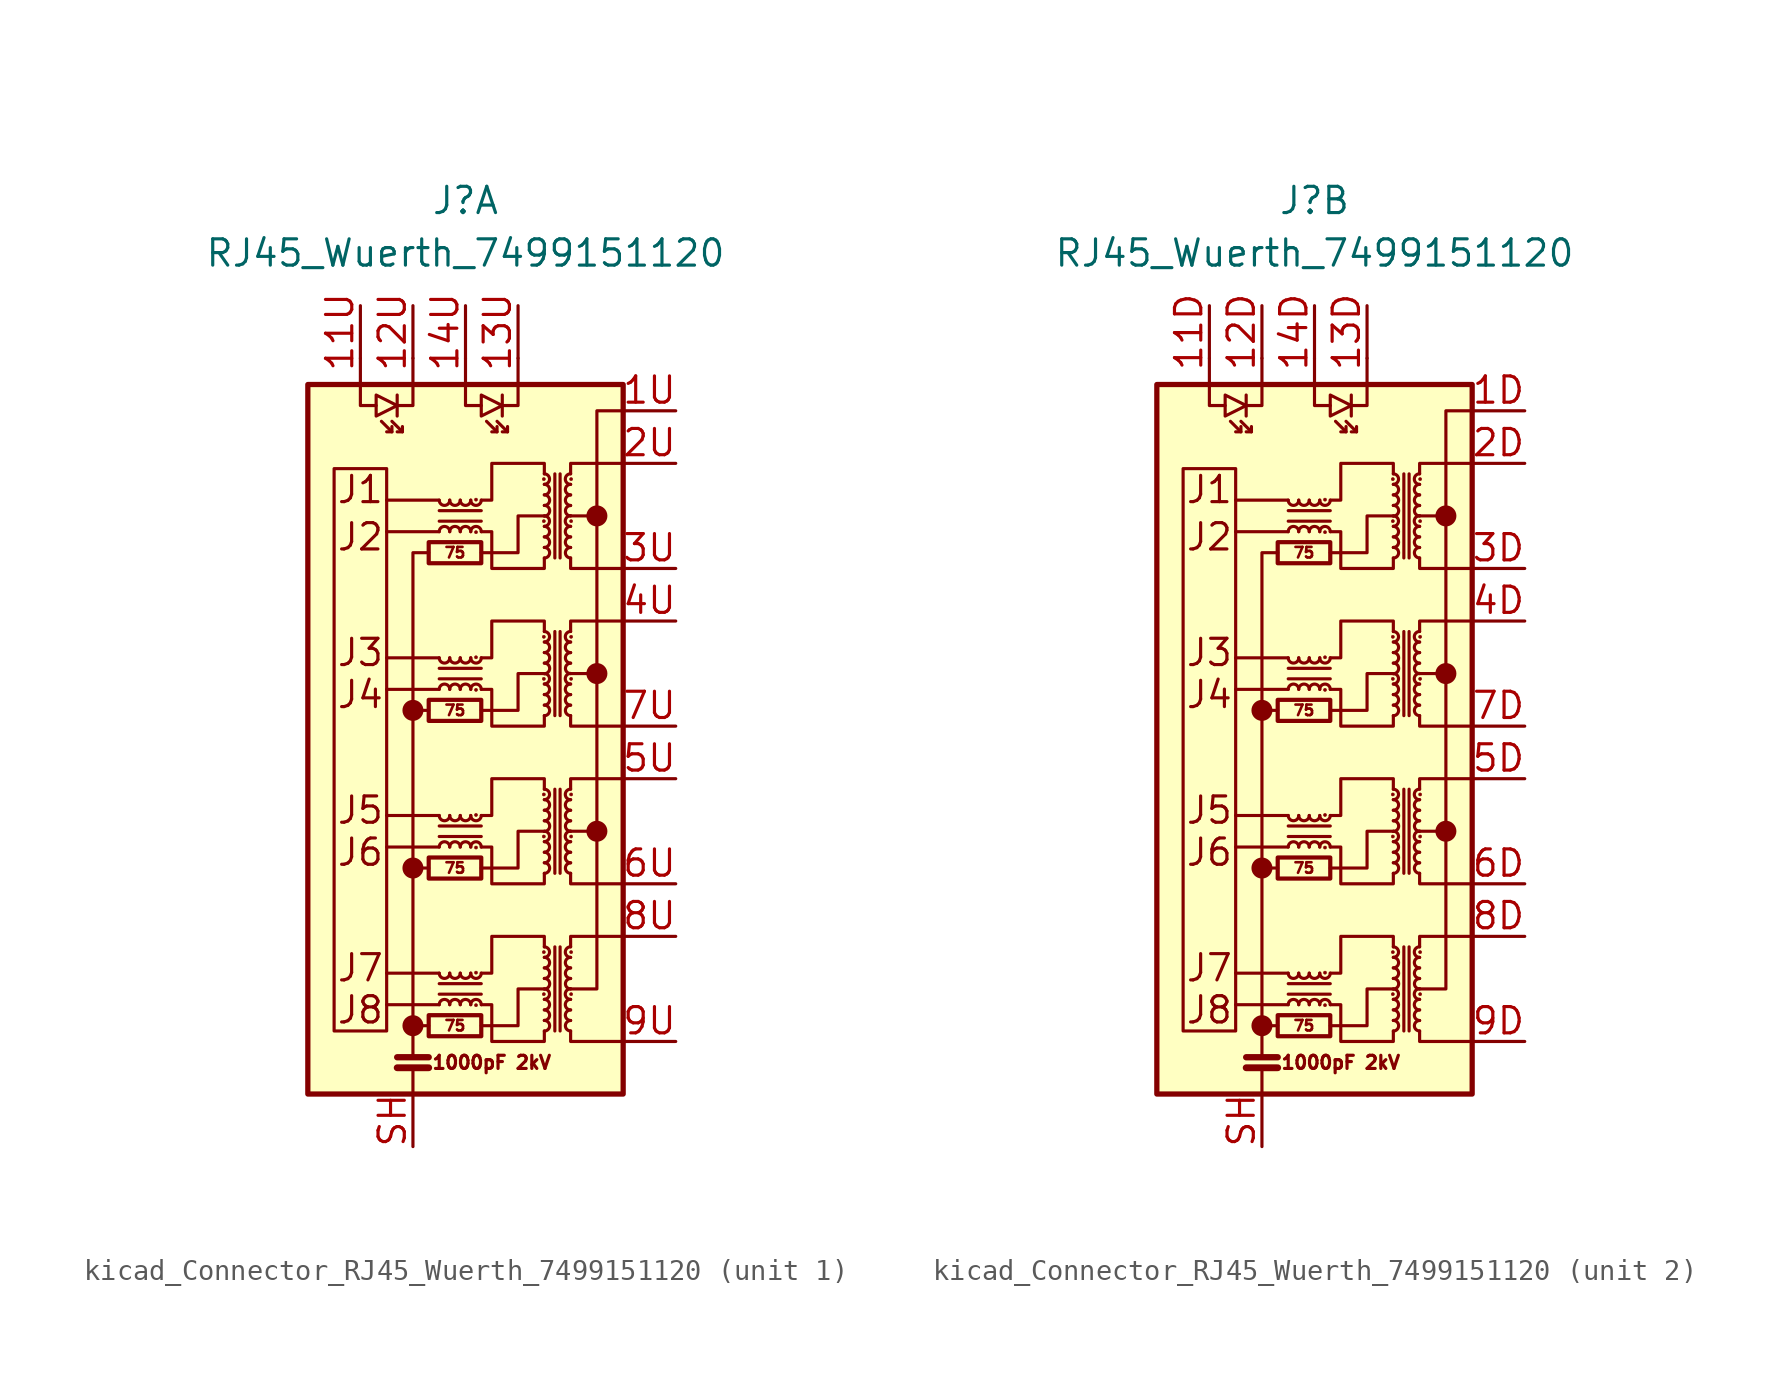
<source format=kicad_sym>
(kicad_symbol_lib
  (version 20220914)
  (generator kicad_symbol_editor)
  (symbol "kicad_Connector_RJ45_Wuerth_7499151120"
    (pin_names
      (offset 0.025) hide)
    (property "Reference" "J"
      (at 0 25.4 0)
      (effects (font (size 1.27 1.27))))
    (property "Value" "RJ45_Wuerth_7499151120"
      (at 0 22.86 0)
      (effects (font (size 1.27 1.27))))
    (property "ki_locked" ""
      (at 0 0 0)
      (effects (font (size 1.27 1.27))))
    (symbol "kicad_Connector_RJ45_Wuerth_7499151120_0_0"
      (circle (center -2.54 -14.478) (radius 0.0001) (stroke (width 0.508) (type default)) (fill (type none)))
      (circle (center -2.54 -6.858) (radius 0.0001) (stroke (width 0.508) (type default)) (fill (type none)))
      (circle (center -2.54 0.762) (radius 0.0001) (stroke (width 0.508) (type default)) (fill (type none)))
      (polyline (pts (xy -1.778 -14.478) (xy -2.54 -14.478)) (stroke (width 0) (type default)) (fill (type none)))
      (polyline (pts (xy -1.27 -13.462) (xy -3.81 -13.462)) (stroke (width 0) (type default)) (fill (type none)))
      (polyline (pts (xy -1.27 -11.938) (xy -3.81 -11.938)) (stroke (width 0) (type default)) (fill (type none)))
      (polyline (pts (xy -1.27 -5.842) (xy -3.81 -5.842)) (stroke (width 0) (type default)) (fill (type none)))
      (polyline (pts (xy -1.27 -4.318) (xy -3.81 -4.318)) (stroke (width 0) (type default)) (fill (type none)))
      (polyline (pts (xy -1.27 1.778) (xy -3.81 1.778)) (stroke (width 0) (type default)) (fill (type none)))
      (polyline (pts (xy -1.27 3.302) (xy -3.81 3.302)) (stroke (width 0) (type default)) (fill (type none)))
      (polyline (pts (xy -1.27 9.398) (xy -3.81 9.398)) (stroke (width 0) (type default)) (fill (type none)))
      (polyline (pts (xy -1.27 10.922) (xy -3.81 10.922)) (stroke (width 0) (type default)) (fill (type none)))
      (polyline (pts (xy 5.08 2.54) (xy 6.35 2.54)) (stroke (width 0) (type default)) (fill (type none)))
      (polyline (pts (xy 6.35 -5.08) (xy 5.08 -5.08)) (stroke (width 0) (type default)) (fill (type none)))
      (polyline (pts (xy 6.35 10.16) (xy 5.08 10.16)) (stroke (width 0) (type default)) (fill (type none)))
      (polyline (pts (xy 0.762 -14.478) (xy 2.54 -14.478) (xy 2.54 -12.7) (xy 3.81 -12.7)) (stroke (width 0) (type default)) (fill (type none)))
      (polyline (pts (xy 0.762 -6.858) (xy 2.54 -6.858) (xy 2.54 -5.08) (xy 3.81 -5.08)) (stroke (width 0) (type default)) (fill (type none)))
      (polyline (pts (xy 0.762 0.762) (xy 2.54 0.762) (xy 2.54 2.54) (xy 3.81 2.54)) (stroke (width 0) (type default)) (fill (type none)))
      (polyline (pts (xy 0.762 8.382) (xy 2.54 8.382) (xy 2.54 10.16) (xy 3.81 10.16)) (stroke (width 0) (type default)) (fill (type none)))
      (circle (center 6.35 -5.08) (radius 0.0001) (stroke (width 0.508) (type default)) (fill (type none)))
      (circle (center 6.35 2.54) (radius 0.0001) (stroke (width 0.508) (type default)) (fill (type none)))
      (circle (center 6.35 10.16) (radius 0.0001) (stroke (width 0.508) (type default)) (fill (type none)))
      (text "1000pF 2kV" (at 1.27 -16.256 0) (effects (font (size 0.635 0.635))))
      (text "75" (at -0.508 -14.478 0) (effects (font (size 0.508 0.508))))
      (text "75" (at -0.508 -6.858 0) (effects (font (size 0.508 0.508))))
      (text "75" (at -0.508 0.762 0) (effects (font (size 0.508 0.508))))
      (text "75" (at -0.508 8.382 0) (effects (font (size 0.508 0.508))))
      (text "J1" (at -5.08 11.43 0) (effects (font (size 1.27 1.27))))
      (text "J2" (at -5.08 9.144 0) (effects (font (size 1.27 1.27))))
      (text "J3" (at -5.08 3.556 0) (effects (font (size 1.27 1.27))))
      (text "J4" (at -5.08 1.524 0) (effects (font (size 1.27 1.27))))
      (text "J5" (at -5.08 -4.064 0) (effects (font (size 1.27 1.27))))
      (text "J6" (at -5.08 -6.096 0) (effects (font (size 1.27 1.27))))
      (text "J7" (at -5.08 -11.684 0) (effects (font (size 1.27 1.27))))
      (text "J8" (at -5.08 -13.716 0) (effects (font (size 1.27 1.27)))))
    (symbol "kicad_Connector_RJ45_Wuerth_7499151120_0_1"
      (rectangle (start -7.62 16.51) (end 7.62 -17.78) (stroke (width 0.254) (type default)) (fill (type background)))
      (rectangle (start -3.81 -14.732) (end -6.35 12.446) (stroke (width 0) (type default)) (fill (type none)))
      (rectangle (start -1.778 -14.986) (end 0.762 -13.97) (stroke (width 0.203) (type default)) (fill (type none)))
      (rectangle (start -1.778 -7.366) (end 0.762 -6.35) (stroke (width 0.203) (type default)) (fill (type none)))
      (rectangle (start -1.778 0.254) (end 0.762 1.27) (stroke (width 0.203) (type default)) (fill (type none)))
      (rectangle (start -1.778 7.874) (end 0.762 8.89) (stroke (width 0.203) (type default)) (fill (type none)))
      (arc (start -1.27 -11.938) (mid -1.016 -12.1909) (end -0.762 -11.938) (stroke (width 0) (type default)) (fill (type none)))
      (arc (start -1.27 -4.318) (mid -1.016 -4.5709) (end -0.762 -4.318) (stroke (width 0) (type default)) (fill (type none)))
      (arc (start -1.27 3.302) (mid -1.016 3.0491) (end -0.762 3.302) (stroke (width 0) (type default)) (fill (type none)))
      (arc (start -1.27 10.922) (mid -1.016 10.6691) (end -0.762 10.922) (stroke (width 0) (type default)) (fill (type none)))
      (arc (start -0.762 -13.462) (mid -1.016 -13.2091) (end -1.27 -13.462) (stroke (width 0) (type default)) (fill (type none)))
      (arc (start -0.762 -11.938) (mid -0.508 -12.1909) (end -0.254 -11.938) (stroke (width 0) (type default)) (fill (type none)))
      (arc (start -0.762 -5.842) (mid -1.016 -5.5891) (end -1.27 -5.842) (stroke (width 0) (type default)) (fill (type none)))
      (arc (start -0.762 -4.318) (mid -0.508 -4.5709) (end -0.254 -4.318) (stroke (width 0) (type default)) (fill (type none)))
      (arc (start -0.762 1.778) (mid -1.016 2.0309) (end -1.27 1.778) (stroke (width 0) (type default)) (fill (type none)))
      (arc (start -0.762 3.302) (mid -0.508 3.0491) (end -0.254 3.302) (stroke (width 0) (type default)) (fill (type none)))
      (arc (start -0.762 9.398) (mid -1.016 9.6509) (end -1.27 9.398) (stroke (width 0) (type default)) (fill (type none)))
      (arc (start -0.762 10.922) (mid -0.508 10.6691) (end -0.254 10.922) (stroke (width 0) (type default)) (fill (type none)))
      (arc (start -0.254 -13.462) (mid -0.508 -13.2091) (end -0.762 -13.462) (stroke (width 0) (type default)) (fill (type none)))
      (arc (start -0.254 -11.938) (mid 0 -12.1909) (end 0.254 -11.938) (stroke (width 0) (type default)) (fill (type none)))
      (arc (start -0.254 -5.842) (mid -0.508 -5.5891) (end -0.762 -5.842) (stroke (width 0) (type default)) (fill (type none)))
      (arc (start -0.254 -4.318) (mid 0 -4.5709) (end 0.254 -4.318) (stroke (width 0) (type default)) (fill (type none)))
      (arc (start -0.254 1.778) (mid -0.508 2.0309) (end -0.762 1.778) (stroke (width 0) (type default)) (fill (type none)))
      (arc (start -0.254 3.302) (mid 0 3.0491) (end 0.254 3.302) (stroke (width 0) (type default)) (fill (type none)))
      (arc (start -0.254 9.398) (mid -0.508 9.6509) (end -0.762 9.398) (stroke (width 0) (type default)) (fill (type none)))
      (arc (start -0.254 10.922) (mid 0 10.6691) (end 0.254 10.922) (stroke (width 0) (type default)) (fill (type none)))
      (polyline (pts (xy -3.556 14.224) (xy -4.064 14.732)) (stroke (width 0) (type default)) (fill (type none)))
      (polyline (pts (xy -3.302 -16.51) (xy -1.778 -16.51)) (stroke (width 0.33) (type default)) (fill (type none)))
      (polyline (pts (xy -3.302 -16.002) (xy -1.778 -16.002)) (stroke (width 0.305) (type default)) (fill (type none)))
      (polyline (pts (xy -3.302 16.002) (xy -3.302 14.986)) (stroke (width 0) (type default)) (fill (type none)))
      (polyline (pts (xy -3.048 14.224) (xy -3.556 14.732)) (stroke (width 0) (type default)) (fill (type none)))
      (polyline (pts (xy -2.54 -17.78) (xy -2.54 -16.51)) (stroke (width 0) (type default)) (fill (type none)))
      (polyline (pts (xy -2.54 0.762) (xy -1.778 0.762)) (stroke (width 0) (type default)) (fill (type none)))
      (polyline (pts (xy -1.778 -6.858) (xy -2.54 -6.858)) (stroke (width 0) (type default)) (fill (type none)))
      (polyline (pts (xy -1.27 -12.954) (xy 0.762 -12.954)) (stroke (width 0) (type default)) (fill (type none)))
      (polyline (pts (xy -1.27 -5.334) (xy 0.762 -5.334)) (stroke (width 0) (type default)) (fill (type none)))
      (polyline (pts (xy -1.27 2.286) (xy 0.762 2.286)) (stroke (width 0) (type default)) (fill (type none)))
      (polyline (pts (xy -1.27 9.906) (xy 0.762 9.906)) (stroke (width 0) (type default)) (fill (type none)))
      (polyline (pts (xy 0.762 -12.446) (xy -1.27 -12.446)) (stroke (width 0) (type default)) (fill (type none)))
      (polyline (pts (xy 0.762 -4.826) (xy -1.27 -4.826)) (stroke (width 0) (type default)) (fill (type none)))
      (polyline (pts (xy 0.762 2.794) (xy -1.27 2.794)) (stroke (width 0) (type default)) (fill (type none)))
      (polyline (pts (xy 0.762 10.414) (xy -1.27 10.414)) (stroke (width 0) (type default)) (fill (type none)))
      (polyline (pts (xy 1.524 14.224) (xy 1.016 14.732)) (stroke (width 0) (type default)) (fill (type none)))
      (polyline (pts (xy 1.778 16.002) (xy 1.778 14.986)) (stroke (width 0) (type default)) (fill (type none)))
      (polyline (pts (xy 2.032 14.224) (xy 1.524 14.732)) (stroke (width 0) (type default)) (fill (type none)))
      (polyline (pts (xy 4.318 -10.668) (xy 4.318 -14.732)) (stroke (width 0) (type default)) (fill (type none)))
      (polyline (pts (xy 4.318 -3.048) (xy 4.318 -7.112)) (stroke (width 0) (type default)) (fill (type none)))
      (polyline (pts (xy 4.318 4.572) (xy 4.318 0.508)) (stroke (width 0) (type default)) (fill (type none)))
      (polyline (pts (xy 4.318 12.192) (xy 4.318 8.128)) (stroke (width 0) (type default)) (fill (type none)))
      (polyline (pts (xy 4.572 -14.732) (xy 4.572 -10.668)) (stroke (width 0) (type default)) (fill (type none)))
      (polyline (pts (xy 4.572 -7.112) (xy 4.572 -3.048)) (stroke (width 0) (type default)) (fill (type none)))
      (polyline (pts (xy 4.572 0.508) (xy 4.572 4.572)) (stroke (width 0) (type default)) (fill (type none)))
      (polyline (pts (xy 4.572 8.128) (xy 4.572 12.192)) (stroke (width 0) (type default)) (fill (type none)))
      (polyline (pts (xy -5.08 17.78) (xy -5.08 15.494) (xy -4.318 15.494)) (stroke (width 0) (type default)) (fill (type none)))
      (polyline (pts (xy -3.556 14.478) (xy -3.556 14.224) (xy -3.81 14.224)) (stroke (width 0) (type default)) (fill (type none)))
      (polyline (pts (xy -3.048 14.478) (xy -3.048 14.224) (xy -3.302 14.224)) (stroke (width 0) (type default)) (fill (type none)))
      (polyline (pts (xy -2.54 -16.002) (xy -2.54 8.382) (xy -1.778 8.382)) (stroke (width 0) (type default)) (fill (type none)))
      (polyline (pts (xy -2.54 17.78) (xy -2.54 15.494) (xy -3.302 15.494)) (stroke (width 0) (type default)) (fill (type none)))
      (polyline (pts (xy 0 17.78) (xy 0 15.494) (xy 0.762 15.494)) (stroke (width 0) (type default)) (fill (type none)))
      (polyline (pts (xy 1.524 14.478) (xy 1.524 14.224) (xy 1.27 14.224)) (stroke (width 0) (type default)) (fill (type none)))
      (polyline (pts (xy 2.032 14.478) (xy 2.032 14.224) (xy 1.778 14.224)) (stroke (width 0) (type default)) (fill (type none)))
      (polyline (pts (xy 2.54 17.78) (xy 2.54 15.494) (xy 1.778 15.494)) (stroke (width 0) (type default)) (fill (type none)))
      (polyline (pts (xy 5.08 -14.732) (xy 5.08 -15.24) (xy 7.62 -15.24)) (stroke (width 0) (type default)) (fill (type none)))
      (polyline (pts (xy 5.08 -10.668) (xy 5.08 -10.16) (xy 7.62 -10.16)) (stroke (width 0) (type default)) (fill (type none)))
      (polyline (pts (xy 5.08 -7.112) (xy 5.08 -7.62) (xy 7.62 -7.62)) (stroke (width 0) (type default)) (fill (type none)))
      (polyline (pts (xy 5.08 -3.048) (xy 5.08 -2.54) (xy 7.62 -2.54)) (stroke (width 0) (type default)) (fill (type none)))
      (polyline (pts (xy 5.08 0.508) (xy 5.08 0) (xy 7.62 0)) (stroke (width 0) (type default)) (fill (type none)))
      (polyline (pts (xy 5.08 4.572) (xy 5.08 5.08) (xy 7.62 5.08)) (stroke (width 0) (type default)) (fill (type none)))
      (polyline (pts (xy 5.08 8.128) (xy 5.08 7.62) (xy 7.62 7.62)) (stroke (width 0) (type default)) (fill (type none)))
      (polyline (pts (xy 5.08 12.192) (xy 5.08 12.7) (xy 7.62 12.7)) (stroke (width 0) (type default)) (fill (type none)))
      (polyline (pts (xy -3.302 15.494) (xy -4.318 16.002) (xy -4.318 14.986) (xy -3.302 15.494)) (stroke (width 0) (type default)) (fill (type none)))
      (polyline (pts (xy 1.778 15.494) (xy 0.762 16.002) (xy 0.762 14.986) (xy 1.778 15.494)) (stroke (width 0) (type default)) (fill (type none)))
      (polyline (pts (xy 7.62 15.24) (xy 6.35 15.24) (xy 6.35 -12.7) (xy 5.08 -12.7)) (stroke (width 0) (type default)) (fill (type none)))
      (polyline (pts (xy 0.762 -11.938) (xy 1.27 -11.938) (xy 1.27 -10.16) (xy 3.81 -10.16) (xy 3.81 -10.668)) (stroke (width 0) (type default)) (fill (type none)))
      (polyline (pts (xy 0.762 -4.318) (xy 1.27 -4.318) (xy 1.27 -2.54) (xy 3.81 -2.54) (xy 3.81 -3.048)) (stroke (width 0) (type default)) (fill (type none)))
      (polyline (pts (xy 0.762 3.302) (xy 1.27 3.302) (xy 1.27 5.08) (xy 3.81 5.08) (xy 3.81 4.572)) (stroke (width 0) (type default)) (fill (type none)))
      (polyline (pts (xy 0.762 10.922) (xy 1.27 10.922) (xy 1.27 12.7) (xy 3.81 12.7) (xy 3.81 12.192)) (stroke (width 0) (type default)) (fill (type none)))
      (polyline (pts (xy 3.81 -14.732) (xy 3.81 -15.24) (xy 1.27 -15.24) (xy 1.27 -13.462) (xy 0.762 -13.462)) (stroke (width 0) (type default)) (fill (type none)))
      (polyline (pts (xy 3.81 -7.112) (xy 3.81 -7.62) (xy 1.27 -7.62) (xy 1.27 -5.842) (xy 0.762 -5.842)) (stroke (width 0) (type default)) (fill (type none)))
      (polyline (pts (xy 3.81 0.508) (xy 3.81 0) (xy 1.27 0) (xy 1.27 1.778) (xy 0.762 1.778)) (stroke (width 0) (type default)) (fill (type none)))
      (polyline (pts (xy 3.81 8.128) (xy 3.81 7.62) (xy 1.27 7.62) (xy 1.27 9.398) (xy 0.762 9.398)) (stroke (width 0) (type default)) (fill (type none)))
      (arc (start 0.254 -13.462) (mid 0 -13.2091) (end -0.254 -13.462) (stroke (width 0) (type default)) (fill (type none)))
      (arc (start 0.254 -11.938) (mid 0.508 -12.1909) (end 0.762 -11.938) (stroke (width 0) (type default)) (fill (type none)))
      (arc (start 0.254 -5.842) (mid 0 -5.5891) (end -0.254 -5.842) (stroke (width 0) (type default)) (fill (type none)))
      (arc (start 0.254 -4.318) (mid 0.508 -4.5709) (end 0.762 -4.318) (stroke (width 0) (type default)) (fill (type none)))
      (arc (start 0.254 1.778) (mid 0 2.0309) (end -0.254 1.778) (stroke (width 0) (type default)) (fill (type none)))
      (arc (start 0.254 3.302) (mid 0.508 3.0491) (end 0.762 3.302) (stroke (width 0) (type default)) (fill (type none)))
      (arc (start 0.254 9.398) (mid 0 9.6509) (end -0.254 9.398) (stroke (width 0) (type default)) (fill (type none)))
      (arc (start 0.254 10.922) (mid 0.508 10.6691) (end 0.762 10.922) (stroke (width 0) (type default)) (fill (type none)))
      (circle (center 0.508 -13.487) (radius 0.076) (stroke (width 0.025) (type default)) (fill (type outline)))
      (circle (center 0.508 -11.913) (radius 0.076) (stroke (width 0.025) (type default)) (fill (type outline)))
      (circle (center 0.508 -5.867) (radius 0.076) (stroke (width 0.025) (type default)) (fill (type outline)))
      (circle (center 0.508 -4.293) (radius 0.076) (stroke (width 0.025) (type default)) (fill (type outline)))
      (circle (center 0.508 1.753) (radius 0.076) (stroke (width 0.025) (type default)) (fill (type outline)))
      (circle (center 0.508 3.327) (radius 0.076) (stroke (width 0.025) (type default)) (fill (type outline)))
      (circle (center 0.508 9.373) (radius 0.076) (stroke (width 0.025) (type default)) (fill (type outline)))
      (circle (center 0.508 10.947) (radius 0.076) (stroke (width 0.025) (type default)) (fill (type outline)))
      (arc (start 0.762 -13.462) (mid 0.508 -13.2091) (end 0.254 -13.462) (stroke (width 0) (type default)) (fill (type none)))
      (arc (start 0.762 -5.842) (mid 0.508 -5.5891) (end 0.254 -5.842) (stroke (width 0) (type default)) (fill (type none)))
      (arc (start 0.762 1.778) (mid 0.508 2.0309) (end 0.254 1.778) (stroke (width 0) (type default)) (fill (type none)))
      (arc (start 0.762 9.398) (mid 0.508 9.6509) (end 0.254 9.398) (stroke (width 0) (type default)) (fill (type none)))
      (circle (center 3.785 -12.954) (radius 0.076) (stroke (width 0.025) (type default)) (fill (type outline)))
      (circle (center 3.785 -10.922) (radius 0.076) (stroke (width 0.025) (type default)) (fill (type outline)))
      (circle (center 3.785 -5.334) (radius 0.076) (stroke (width 0.025) (type default)) (fill (type outline)))
      (circle (center 3.785 -3.302) (radius 0.076) (stroke (width 0.025) (type default)) (fill (type outline)))
      (circle (center 3.785 2.286) (radius 0.076) (stroke (width 0.025) (type default)) (fill (type outline)))
      (circle (center 3.785 4.318) (radius 0.076) (stroke (width 0.025) (type default)) (fill (type outline)))
      (circle (center 3.785 9.906) (radius 0.076) (stroke (width 0.025) (type default)) (fill (type outline)))
      (circle (center 3.785 11.938) (radius 0.076) (stroke (width 0.025) (type default)) (fill (type outline)))
      (arc (start 3.81 -14.732) (mid 4.0629 -14.478) (end 3.81 -14.224) (stroke (width 0) (type default)) (fill (type none)))
      (arc (start 3.81 -14.224) (mid 4.0629 -13.97) (end 3.81 -13.716) (stroke (width 0) (type default)) (fill (type none)))
      (arc (start 3.81 -13.716) (mid 4.0629 -13.462) (end 3.81 -13.208) (stroke (width 0) (type default)) (fill (type none)))
      (arc (start 3.81 -13.208) (mid 4.0629 -12.954) (end 3.81 -12.7) (stroke (width 0) (type default)) (fill (type none)))
      (arc (start 3.81 -12.7) (mid 4.0629 -12.446) (end 3.81 -12.192) (stroke (width 0) (type default)) (fill (type none)))
      (arc (start 3.81 -12.192) (mid 4.0629 -11.938) (end 3.81 -11.684) (stroke (width 0) (type default)) (fill (type none)))
      (arc (start 3.81 -11.684) (mid 4.0629 -11.43) (end 3.81 -11.176) (stroke (width 0) (type default)) (fill (type none)))
      (arc (start 3.81 -11.176) (mid 4.0629 -10.922) (end 3.81 -10.668) (stroke (width 0) (type default)) (fill (type none)))
      (arc (start 3.81 -7.112) (mid 4.0629 -6.858) (end 3.81 -6.604) (stroke (width 0) (type default)) (fill (type none)))
      (arc (start 3.81 -6.604) (mid 4.0629 -6.35) (end 3.81 -6.096) (stroke (width 0) (type default)) (fill (type none)))
      (arc (start 3.81 -6.096) (mid 4.0629 -5.842) (end 3.81 -5.588) (stroke (width 0) (type default)) (fill (type none)))
      (arc (start 3.81 -5.588) (mid 4.0629 -5.334) (end 3.81 -5.08) (stroke (width 0) (type default)) (fill (type none)))
      (arc (start 3.81 -5.08) (mid 4.0629 -4.826) (end 3.81 -4.572) (stroke (width 0) (type default)) (fill (type none)))
      (arc (start 3.81 -4.572) (mid 4.0629 -4.318) (end 3.81 -4.064) (stroke (width 0) (type default)) (fill (type none)))
      (arc (start 3.81 -4.064) (mid 4.0629 -3.81) (end 3.81 -3.556) (stroke (width 0) (type default)) (fill (type none)))
      (arc (start 3.81 -3.556) (mid 4.0629 -3.302) (end 3.81 -3.048) (stroke (width 0) (type default)) (fill (type none)))
      (arc (start 3.81 0.508) (mid 4.0629 0.762) (end 3.81 1.016) (stroke (width 0) (type default)) (fill (type none)))
      (arc (start 3.81 1.016) (mid 4.0629 1.27) (end 3.81 1.524) (stroke (width 0) (type default)) (fill (type none)))
      (arc (start 3.81 1.524) (mid 4.0629 1.778) (end 3.81 2.032) (stroke (width 0) (type default)) (fill (type none)))
      (arc (start 3.81 2.032) (mid 4.0629 2.286) (end 3.81 2.54) (stroke (width 0) (type default)) (fill (type none)))
      (arc (start 3.81 2.54) (mid 4.0629 2.794) (end 3.81 3.048) (stroke (width 0) (type default)) (fill (type none)))
      (arc (start 3.81 3.048) (mid 4.0629 3.302) (end 3.81 3.556) (stroke (width 0) (type default)) (fill (type none)))
      (arc (start 3.81 3.556) (mid 4.0629 3.81) (end 3.81 4.064) (stroke (width 0) (type default)) (fill (type none)))
      (arc (start 3.81 4.064) (mid 4.0629 4.318) (end 3.81 4.572) (stroke (width 0) (type default)) (fill (type none)))
      (arc (start 3.81 8.128) (mid 4.0629 8.382) (end 3.81 8.636) (stroke (width 0) (type default)) (fill (type none)))
      (arc (start 3.81 8.636) (mid 4.0629 8.89) (end 3.81 9.144) (stroke (width 0) (type default)) (fill (type none)))
      (arc (start 3.81 9.144) (mid 4.0629 9.398) (end 3.81 9.652) (stroke (width 0) (type default)) (fill (type none)))
      (arc (start 3.81 9.652) (mid 4.0629 9.906) (end 3.81 10.16) (stroke (width 0) (type default)) (fill (type none)))
      (arc (start 3.81 10.16) (mid 4.0629 10.414) (end 3.81 10.668) (stroke (width 0) (type default)) (fill (type none)))
      (arc (start 3.81 10.668) (mid 4.0629 10.922) (end 3.81 11.176) (stroke (width 0) (type default)) (fill (type none)))
      (arc (start 3.81 11.176) (mid 4.0629 11.43) (end 3.81 11.684) (stroke (width 0) (type default)) (fill (type none)))
      (arc (start 3.81 11.684) (mid 4.0629 11.938) (end 3.81 12.192) (stroke (width 0) (type default)) (fill (type none)))
      (arc (start 5.08 -14.224) (mid 4.8271 -14.478) (end 5.08 -14.732) (stroke (width 0) (type default)) (fill (type none)))
      (arc (start 5.08 -13.716) (mid 4.8271 -13.97) (end 5.08 -14.224) (stroke (width 0) (type default)) (fill (type none)))
      (arc (start 5.08 -13.208) (mid 4.8271 -13.462) (end 5.08 -13.716) (stroke (width 0) (type default)) (fill (type none)))
      (arc (start 5.08 -12.7) (mid 4.8271 -12.954) (end 5.08 -13.208) (stroke (width 0) (type default)) (fill (type none)))
      (arc (start 5.08 -12.192) (mid 4.8271 -12.446) (end 5.08 -12.7) (stroke (width 0) (type default)) (fill (type none)))
      (arc (start 5.08 -11.684) (mid 4.8271 -11.938) (end 5.08 -12.192) (stroke (width 0) (type default)) (fill (type none)))
      (arc (start 5.08 -11.176) (mid 4.8271 -11.43) (end 5.08 -11.684) (stroke (width 0) (type default)) (fill (type none)))
      (arc (start 5.08 -10.668) (mid 4.8271 -10.922) (end 5.08 -11.176) (stroke (width 0) (type default)) (fill (type none)))
      (arc (start 5.08 -6.604) (mid 4.8271 -6.858) (end 5.08 -7.112) (stroke (width 0) (type default)) (fill (type none)))
      (arc (start 5.08 -6.096) (mid 4.8271 -6.35) (end 5.08 -6.604) (stroke (width 0) (type default)) (fill (type none)))
      (arc (start 5.08 -5.588) (mid 4.8271 -5.842) (end 5.08 -6.096) (stroke (width 0) (type default)) (fill (type none)))
      (arc (start 5.08 -5.08) (mid 4.8271 -5.334) (end 5.08 -5.588) (stroke (width 0) (type default)) (fill (type none)))
      (arc (start 5.08 -4.572) (mid 4.8271 -4.826) (end 5.08 -5.08) (stroke (width 0) (type default)) (fill (type none)))
      (arc (start 5.08 -4.064) (mid 4.8271 -4.318) (end 5.08 -4.572) (stroke (width 0) (type default)) (fill (type none)))
      (arc (start 5.08 -3.556) (mid 4.8271 -3.81) (end 5.08 -4.064) (stroke (width 0) (type default)) (fill (type none)))
      (arc (start 5.08 -3.048) (mid 4.8271 -3.302) (end 5.08 -3.556) (stroke (width 0) (type default)) (fill (type none)))
      (arc (start 5.08 1.016) (mid 4.8271 0.762) (end 5.08 0.508) (stroke (width 0) (type default)) (fill (type none)))
      (arc (start 5.08 1.524) (mid 4.8271 1.27) (end 5.08 1.016) (stroke (width 0) (type default)) (fill (type none)))
      (arc (start 5.08 2.032) (mid 4.8271 1.778) (end 5.08 1.524) (stroke (width 0) (type default)) (fill (type none)))
      (arc (start 5.08 2.54) (mid 4.8271 2.286) (end 5.08 2.032) (stroke (width 0) (type default)) (fill (type none)))
      (arc (start 5.08 3.048) (mid 4.8271 2.794) (end 5.08 2.54) (stroke (width 0) (type default)) (fill (type none)))
      (arc (start 5.08 3.556) (mid 4.8271 3.302) (end 5.08 3.048) (stroke (width 0) (type default)) (fill (type none)))
      (arc (start 5.08 4.064) (mid 4.8271 3.81) (end 5.08 3.556) (stroke (width 0) (type default)) (fill (type none)))
      (arc (start 5.08 4.572) (mid 4.8271 4.318) (end 5.08 4.064) (stroke (width 0) (type default)) (fill (type none)))
      (arc (start 5.08 8.636) (mid 4.8271 8.382) (end 5.08 8.128) (stroke (width 0) (type default)) (fill (type none)))
      (arc (start 5.08 9.144) (mid 4.8271 8.89) (end 5.08 8.636) (stroke (width 0) (type default)) (fill (type none)))
      (arc (start 5.08 9.652) (mid 4.8271 9.398) (end 5.08 9.144) (stroke (width 0) (type default)) (fill (type none)))
      (arc (start 5.08 10.16) (mid 4.8271 9.906) (end 5.08 9.652) (stroke (width 0) (type default)) (fill (type none)))
      (arc (start 5.08 10.668) (mid 4.8271 10.414) (end 5.08 10.16) (stroke (width 0) (type default)) (fill (type none)))
      (arc (start 5.08 11.176) (mid 4.8271 10.922) (end 5.08 10.668) (stroke (width 0) (type default)) (fill (type none)))
      (arc (start 5.08 11.684) (mid 4.8271 11.43) (end 5.08 11.176) (stroke (width 0) (type default)) (fill (type none)))
      (arc (start 5.08 12.192) (mid 4.8271 11.938) (end 5.08 11.684) (stroke (width 0) (type default)) (fill (type none)))
      (circle (center 5.105 -12.954) (radius 0.076) (stroke (width 0.025) (type default)) (fill (type outline)))
      (circle (center 5.105 -10.922) (radius 0.076) (stroke (width 0.025) (type default)) (fill (type outline)))
      (circle (center 5.105 -5.334) (radius 0.076) (stroke (width 0.025) (type default)) (fill (type outline)))
      (circle (center 5.105 -3.302) (radius 0.076) (stroke (width 0.025) (type default)) (fill (type outline)))
      (circle (center 5.105 2.286) (radius 0.076) (stroke (width 0.025) (type default)) (fill (type outline)))
      (circle (center 5.105 4.318) (radius 0.076) (stroke (width 0.025) (type default)) (fill (type outline)))
      (circle (center 5.105 9.906) (radius 0.076) (stroke (width 0.025) (type default)) (fill (type outline)))
      (circle (center 5.105 11.938) (radius 0.076) (stroke (width 0.025) (type default)) (fill (type outline)))
      (pin power_in line (at -2.54 -20.32 90) (length 2.54) (name "~" (effects (font (size 1.27 1.27)))) (number "SH" (effects (font (size 1.27 1.27))))))
    (symbol "kicad_Connector_RJ45_Wuerth_7499151120_1_1"
      (pin no_connect line (at 0 -17.78 90) (length 2.54) hide (name "~" (effects (font (size 1.27 1.27)))) (number "10U" (effects (font (size 1.27 1.27)))))
      (pin passive line (at -5.08 20.32 270) (length 2.54) (name "~" (effects (font (size 1.27 1.27)))) (number "11U" (effects (font (size 1.27 1.27)))))
      (pin passive line (at -2.54 20.32 270) (length 2.54) (name "~" (effects (font (size 1.27 1.27)))) (number "12U" (effects (font (size 1.27 1.27)))))
      (pin passive line (at 2.54 20.32 270) (length 2.54) (name "~" (effects (font (size 1.27 1.27)))) (number "13U" (effects (font (size 1.27 1.27)))))
      (pin passive line (at 0 20.32 270) (length 2.54) (name "~" (effects (font (size 1.27 1.27)))) (number "14U" (effects (font (size 1.27 1.27)))))
      (pin passive line (at 10.16 15.24 180) (length 2.54) (name "~" (effects (font (size 1.27 1.27)))) (number "1U" (effects (font (size 1.27 1.27)))))
      (pin passive line (at 10.16 12.7 180) (length 2.54) (name "~" (effects (font (size 1.27 1.27)))) (number "2U" (effects (font (size 1.27 1.27)))))
      (pin passive line (at 10.16 7.62 180) (length 2.54) (name "~" (effects (font (size 1.27 1.27)))) (number "3U" (effects (font (size 1.27 1.27)))))
      (pin passive line (at 10.16 5.08 180) (length 2.54) (name "~" (effects (font (size 1.27 1.27)))) (number "4U" (effects (font (size 1.27 1.27)))))
      (pin passive line (at 10.16 -2.54 180) (length 2.54) (name "~" (effects (font (size 1.27 1.27)))) (number "5U" (effects (font (size 1.27 1.27)))))
      (pin passive line (at 10.16 -7.62 180) (length 2.54) (name "~" (effects (font (size 1.27 1.27)))) (number "6U" (effects (font (size 1.27 1.27)))))
      (pin passive line (at 10.16 0 180) (length 2.54) (name "~" (effects (font (size 1.27 1.27)))) (number "7U" (effects (font (size 1.27 1.27)))))
      (pin passive line (at 10.16 -10.16 180) (length 2.54) (name "~" (effects (font (size 1.27 1.27)))) (number "8U" (effects (font (size 1.27 1.27)))))
      (pin passive line (at 10.16 -15.24 180) (length 2.54) (name "~" (effects (font (size 1.27 1.27)))) (number "9U" (effects (font (size 1.27 1.27))))))
    (symbol "kicad_Connector_RJ45_Wuerth_7499151120_2_1"
      (pin no_connect line (at 0 -17.78 90) (length 2.54) hide (name "~" (effects (font (size 1.27 1.27)))) (number "10D" (effects (font (size 1.27 1.27)))))
      (pin passive line (at -5.08 20.32 270) (length 2.54) (name "~" (effects (font (size 1.27 1.27)))) (number "11D" (effects (font (size 1.27 1.27)))))
      (pin passive line (at -2.54 20.32 270) (length 2.54) (name "~" (effects (font (size 1.27 1.27)))) (number "12D" (effects (font (size 1.27 1.27)))))
      (pin passive line (at 2.54 20.32 270) (length 2.54) (name "~" (effects (font (size 1.27 1.27)))) (number "13D" (effects (font (size 1.27 1.27)))))
      (pin passive line (at 0 20.32 270) (length 2.54) (name "~" (effects (font (size 1.27 1.27)))) (number "14D" (effects (font (size 1.27 1.27)))))
      (pin passive line (at 10.16 15.24 180) (length 2.54) (name "~" (effects (font (size 1.27 1.27)))) (number "1D" (effects (font (size 1.27 1.27)))))
      (pin passive line (at 10.16 12.7 180) (length 2.54) (name "~" (effects (font (size 1.27 1.27)))) (number "2D" (effects (font (size 1.27 1.27)))))
      (pin passive line (at 10.16 7.62 180) (length 2.54) (name "~" (effects (font (size 1.27 1.27)))) (number "3D" (effects (font (size 1.27 1.27)))))
      (pin passive line (at 10.16 5.08 180) (length 2.54) (name "~" (effects (font (size 1.27 1.27)))) (number "4D" (effects (font (size 1.27 1.27)))))
      (pin passive line (at 10.16 -2.54 180) (length 2.54) (name "~" (effects (font (size 1.27 1.27)))) (number "5D" (effects (font (size 1.27 1.27)))))
      (pin passive line (at 10.16 -7.62 180) (length 2.54) (name "~" (effects (font (size 1.27 1.27)))) (number "6D" (effects (font (size 1.27 1.27)))))
      (pin passive line (at 10.16 0 180) (length 2.54) (name "~" (effects (font (size 1.27 1.27)))) (number "7D" (effects (font (size 1.27 1.27)))))
      (pin passive line (at 10.16 -10.16 180) (length 2.54) (name "~" (effects (font (size 1.27 1.27)))) (number "8D" (effects (font (size 1.27 1.27)))))
      (pin passive line (at 10.16 -15.24 180) (length 2.54) (name "~" (effects (font (size 1.27 1.27)))) (number "9D" (effects (font (size 1.27 1.27))))))))
</source>
